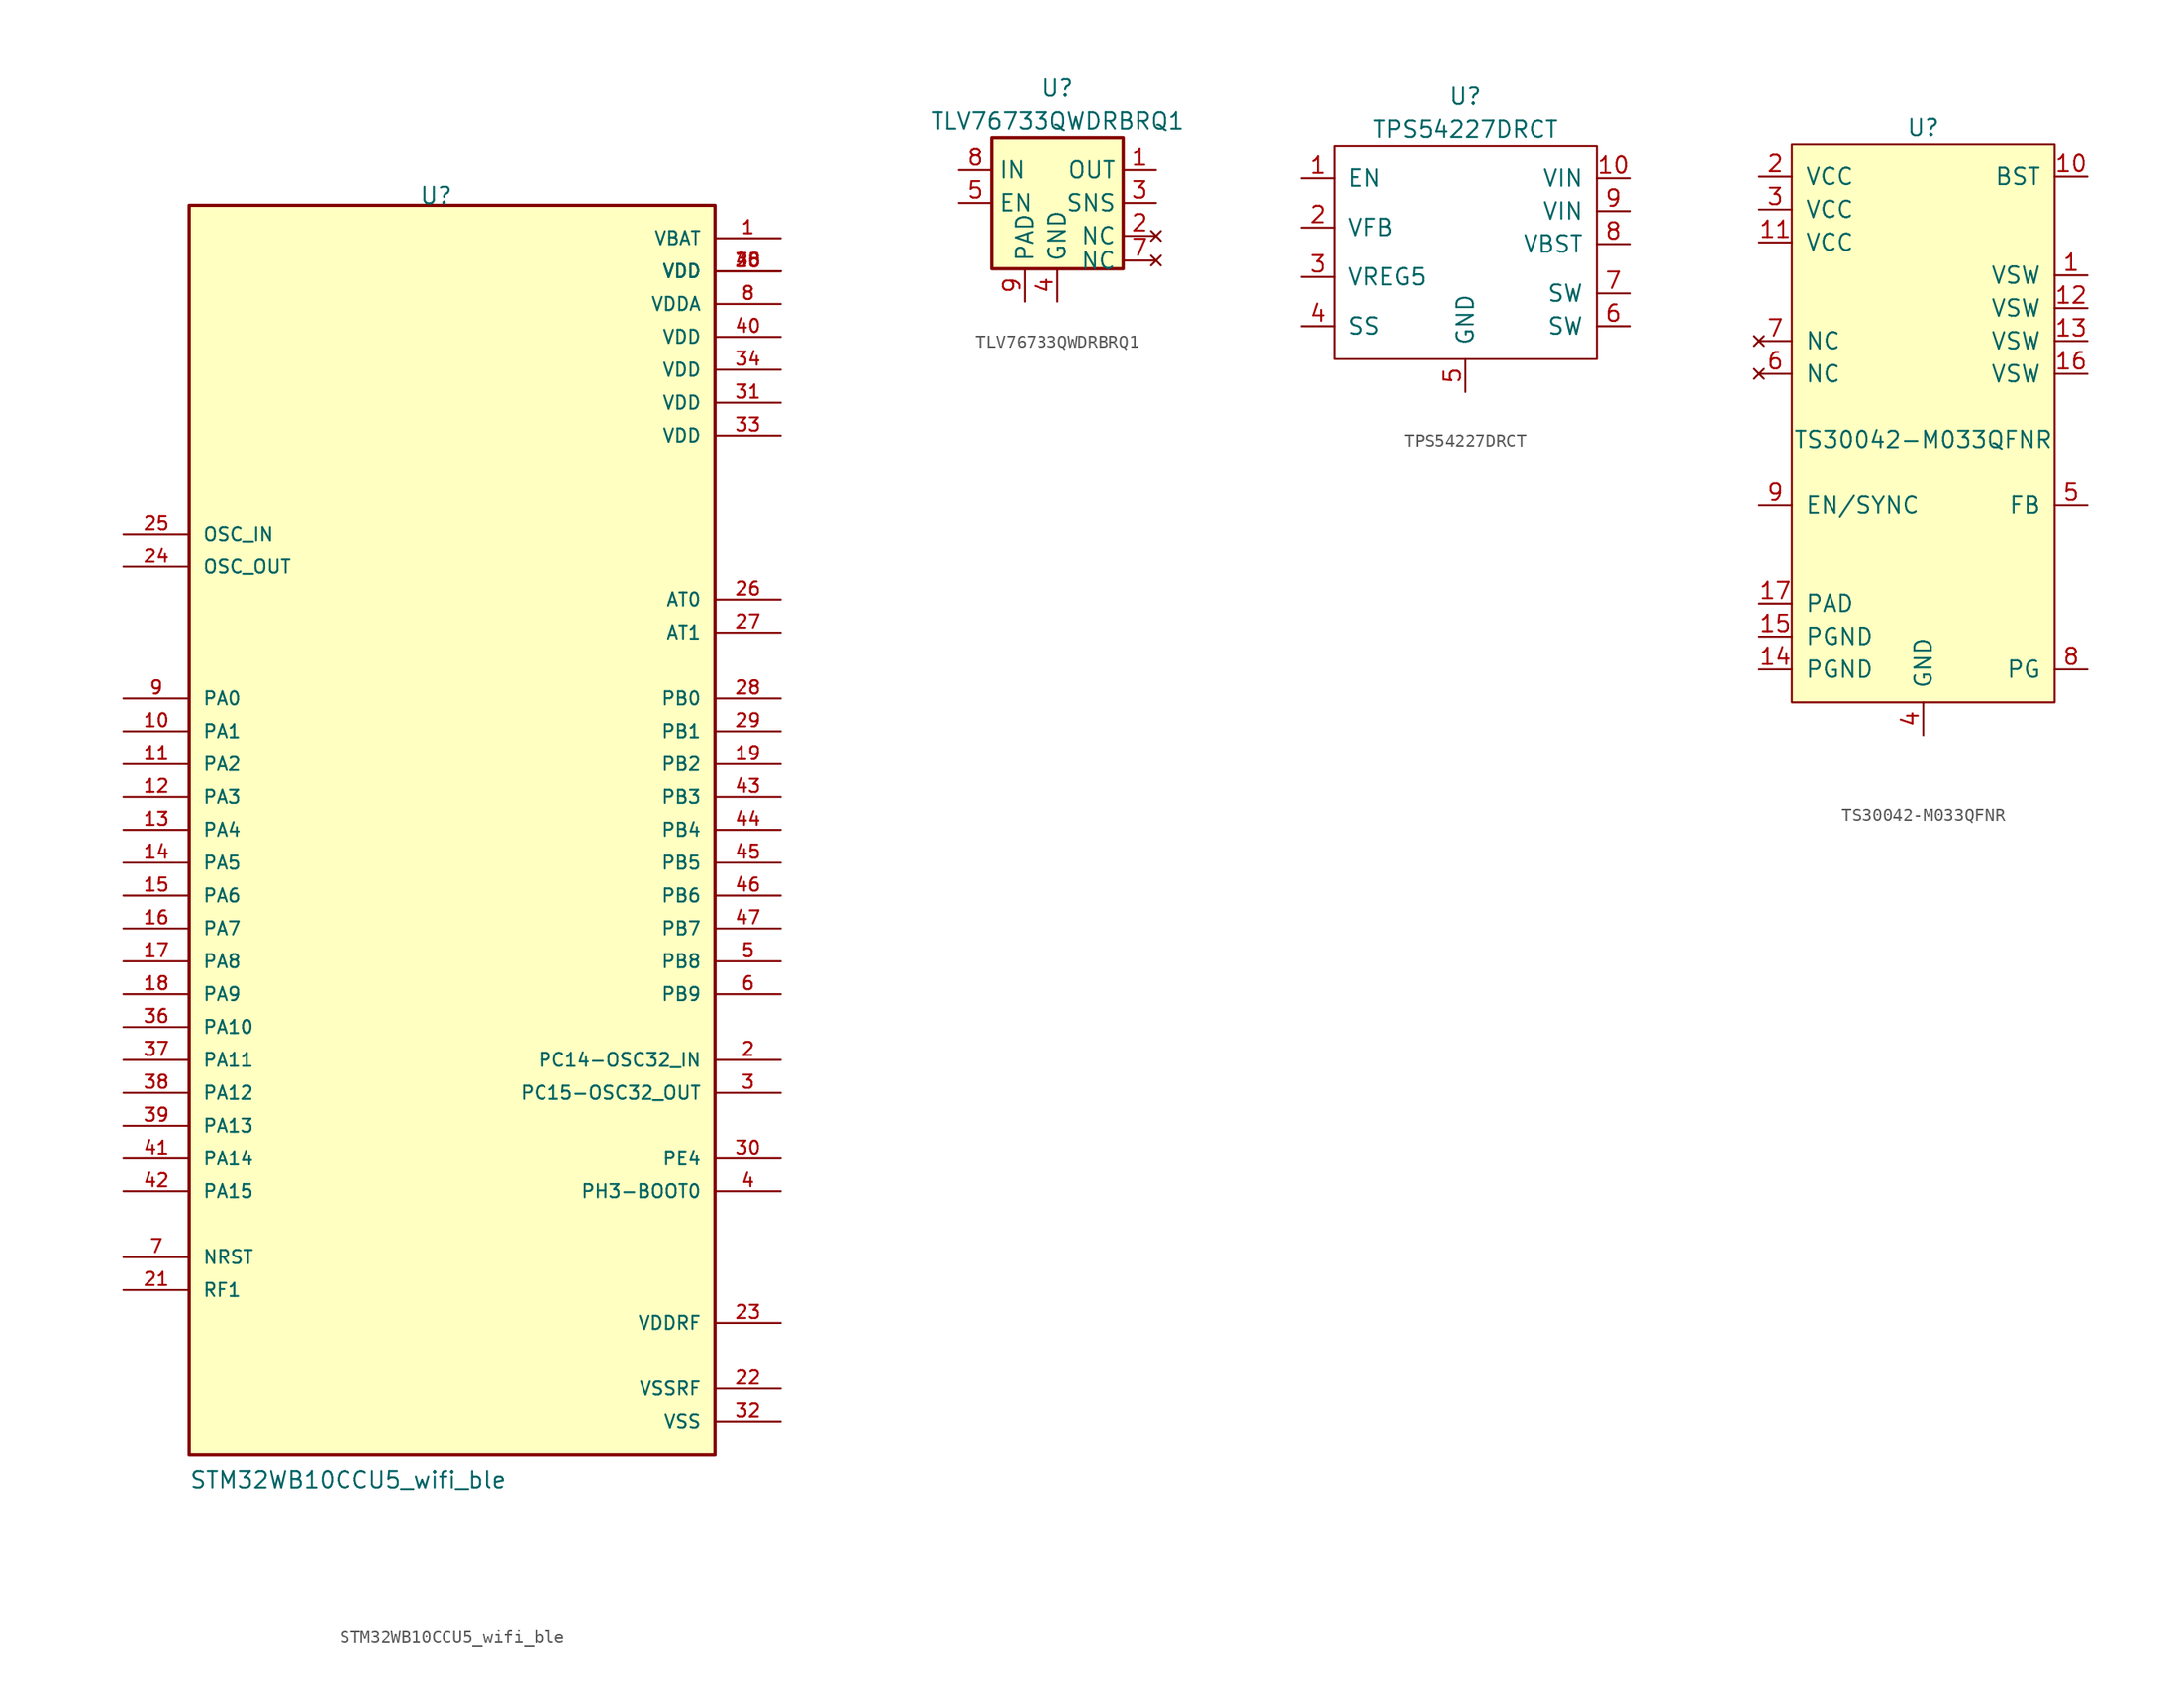
<source format=kicad_sym>
(kicad_symbol_lib
  (version 20220914)
  (generator kicad_symbol_editor)
  (symbol "STM32WB10CCU5_wifi_ble"
    (pin_names
      (offset 1.016))
    (property "Reference" "U"
      (at -2.54 48.26 0)
      (effects (font (size 1.27 1.27)) (justify left bottom)))
    (property "Value" "STM32WB10CCU5_wifi_ble"
      (at -20.32 -49.53 0)
      (effects (font (size 1.27 1.27)) (justify left top)))
    (symbol "STM32WB10CCU5_wifi_ble_0_0"
      (rectangle (start -20.32 -48.26) (end 20.32 48.26) (stroke (width 0.254) (type default)) (fill (type background)))
      (pin power_in line (at 25.4 45.72 180) (length 5.08) (name "VBAT" (effects (font (size 1.016 1.016)))) (number "1" (effects (font (size 1.016 1.016)))))
      (pin bidirectional line (at -25.4 7.62 0) (length 5.08) (name "PA1" (effects (font (size 1.016 1.016)))) (number "10" (effects (font (size 1.016 1.016)))))
      (pin bidirectional line (at -25.4 5.08 0) (length 5.08) (name "PA2" (effects (font (size 1.016 1.016)))) (number "11" (effects (font (size 1.016 1.016)))))
      (pin bidirectional line (at -25.4 2.54 0) (length 5.08) (name "PA3" (effects (font (size 1.016 1.016)))) (number "12" (effects (font (size 1.016 1.016)))))
      (pin bidirectional line (at -25.4 0 0) (length 5.08) (name "PA4" (effects (font (size 1.016 1.016)))) (number "13" (effects (font (size 1.016 1.016)))))
      (pin bidirectional line (at -25.4 -2.54 0) (length 5.08) (name "PA5" (effects (font (size 1.016 1.016)))) (number "14" (effects (font (size 1.016 1.016)))))
      (pin bidirectional line (at -25.4 -5.08 0) (length 5.08) (name "PA6" (effects (font (size 1.016 1.016)))) (number "15" (effects (font (size 1.016 1.016)))))
      (pin bidirectional line (at -25.4 -7.62 0) (length 5.08) (name "PA7" (effects (font (size 1.016 1.016)))) (number "16" (effects (font (size 1.016 1.016)))))
      (pin bidirectional line (at -25.4 -10.16 0) (length 5.08) (name "PA8" (effects (font (size 1.016 1.016)))) (number "17" (effects (font (size 1.016 1.016)))))
      (pin bidirectional line (at -25.4 -12.7 0) (length 5.08) (name "PA9" (effects (font (size 1.016 1.016)))) (number "18" (effects (font (size 1.016 1.016)))))
      (pin bidirectional line (at 25.4 5.08 180) (length 5.08) (name "PB2" (effects (font (size 1.016 1.016)))) (number "19" (effects (font (size 1.016 1.016)))))
      (pin bidirectional line (at 25.4 -17.78 180) (length 5.08) (name "PC14-OSC32_IN" (effects (font (size 1.016 1.016)))) (number "2" (effects (font (size 1.016 1.016)))))
      (pin power_in line (at 25.4 43.18 180) (length 5.08) (name "VDD" (effects (font (size 1.016 1.016)))) (number "20" (effects (font (size 1.016 1.016)))))
      (pin bidirectional line (at -25.4 -35.56 0) (length 5.08) (name "RF1" (effects (font (size 1.016 1.016)))) (number "21" (effects (font (size 1.016 1.016)))))
      (pin power_in line (at 25.4 -43.18 180) (length 5.08) (name "VSSRF" (effects (font (size 1.016 1.016)))) (number "22" (effects (font (size 1.016 1.016)))))
      (pin power_in line (at 25.4 -38.1 180) (length 5.08) (name "VDDRF" (effects (font (size 1.016 1.016)))) (number "23" (effects (font (size 1.016 1.016)))))
      (pin output line (at -25.4 20.32 0) (length 5.08) (name "OSC_OUT" (effects (font (size 1.016 1.016)))) (number "24" (effects (font (size 1.016 1.016)))))
      (pin input line (at -25.4 22.86 0) (length 5.08) (name "OSC_IN" (effects (font (size 1.016 1.016)))) (number "25" (effects (font (size 1.016 1.016)))))
      (pin output line (at 25.4 17.78 180) (length 5.08) (name "AT0" (effects (font (size 1.016 1.016)))) (number "26" (effects (font (size 1.016 1.016)))))
      (pin output line (at 25.4 15.24 180) (length 5.08) (name "AT1" (effects (font (size 1.016 1.016)))) (number "27" (effects (font (size 1.016 1.016)))))
      (pin bidirectional line (at 25.4 10.16 180) (length 5.08) (name "PB0" (effects (font (size 1.016 1.016)))) (number "28" (effects (font (size 1.016 1.016)))))
      (pin bidirectional line (at 25.4 7.62 180) (length 5.08) (name "PB1" (effects (font (size 1.016 1.016)))) (number "29" (effects (font (size 1.016 1.016)))))
      (pin bidirectional line (at 25.4 -20.32 180) (length 5.08) (name "PC15-OSC32_OUT" (effects (font (size 1.016 1.016)))) (number "3" (effects (font (size 1.016 1.016)))))
      (pin bidirectional line (at 25.4 -25.4 180) (length 5.08) (name "PE4" (effects (font (size 1.016 1.016)))) (number "30" (effects (font (size 1.016 1.016)))))
      (pin power_in line (at 25.4 33.02 180) (length 5.08) (name "VDD" (effects (font (size 1.016 1.016)))) (number "31" (effects (font (size 1.016 1.016)))))
      (pin power_in line (at 25.4 -45.72 180) (length 5.08) (name "VSS" (effects (font (size 1.016 1.016)))) (number "32" (effects (font (size 1.016 1.016)))))
      (pin power_in line (at 25.4 30.48 180) (length 5.08) (name "VDD" (effects (font (size 1.016 1.016)))) (number "33" (effects (font (size 1.016 1.016)))))
      (pin power_in line (at 25.4 35.56 180) (length 5.08) (name "VDD" (effects (font (size 1.016 1.016)))) (number "34" (effects (font (size 1.016 1.016)))))
      (pin power_in line (at 25.4 43.18 180) (length 5.08) (name "VDD" (effects (font (size 1.016 1.016)))) (number "35" (effects (font (size 1.016 1.016)))))
      (pin bidirectional line (at -25.4 -15.24 0) (length 5.08) (name "PA10" (effects (font (size 1.016 1.016)))) (number "36" (effects (font (size 1.016 1.016)))))
      (pin bidirectional line (at -25.4 -17.78 0) (length 5.08) (name "PA11" (effects (font (size 1.016 1.016)))) (number "37" (effects (font (size 1.016 1.016)))))
      (pin bidirectional line (at -25.4 -20.32 0) (length 5.08) (name "PA12" (effects (font (size 1.016 1.016)))) (number "38" (effects (font (size 1.016 1.016)))))
      (pin bidirectional line (at -25.4 -22.86 0) (length 5.08) (name "PA13" (effects (font (size 1.016 1.016)))) (number "39" (effects (font (size 1.016 1.016)))))
      (pin bidirectional line (at 25.4 -27.94 180) (length 5.08) (name "PH3-BOOT0" (effects (font (size 1.016 1.016)))) (number "4" (effects (font (size 1.016 1.016)))))
      (pin power_in line (at 25.4 38.1 180) (length 5.08) (name "VDD" (effects (font (size 1.016 1.016)))) (number "40" (effects (font (size 1.016 1.016)))))
      (pin bidirectional line (at -25.4 -25.4 0) (length 5.08) (name "PA14" (effects (font (size 1.016 1.016)))) (number "41" (effects (font (size 1.016 1.016)))))
      (pin bidirectional line (at -25.4 -27.94 0) (length 5.08) (name "PA15" (effects (font (size 1.016 1.016)))) (number "42" (effects (font (size 1.016 1.016)))))
      (pin bidirectional line (at 25.4 2.54 180) (length 5.08) (name "PB3" (effects (font (size 1.016 1.016)))) (number "43" (effects (font (size 1.016 1.016)))))
      (pin bidirectional line (at 25.4 0 180) (length 5.08) (name "PB4" (effects (font (size 1.016 1.016)))) (number "44" (effects (font (size 1.016 1.016)))))
      (pin bidirectional line (at 25.4 -2.54 180) (length 5.08) (name "PB5" (effects (font (size 1.016 1.016)))) (number "45" (effects (font (size 1.016 1.016)))))
      (pin bidirectional line (at 25.4 -5.08 180) (length 5.08) (name "PB6" (effects (font (size 1.016 1.016)))) (number "46" (effects (font (size 1.016 1.016)))))
      (pin bidirectional line (at 25.4 -7.62 180) (length 5.08) (name "PB7" (effects (font (size 1.016 1.016)))) (number "47" (effects (font (size 1.016 1.016)))))
      (pin power_in line (at 25.4 43.18 180) (length 5.08) (name "VDD" (effects (font (size 1.016 1.016)))) (number "48" (effects (font (size 1.016 1.016)))))
      (pin bidirectional line (at 25.4 -10.16 180) (length 5.08) (name "PB8" (effects (font (size 1.016 1.016)))) (number "5" (effects (font (size 1.016 1.016)))))
      (pin bidirectional line (at 25.4 -12.7 180) (length 5.08) (name "PB9" (effects (font (size 1.016 1.016)))) (number "6" (effects (font (size 1.016 1.016)))))
      (pin bidirectional line (at -25.4 -33.02 0) (length 5.08) (name "NRST" (effects (font (size 1.016 1.016)))) (number "7" (effects (font (size 1.016 1.016)))))
      (pin power_in line (at 25.4 40.64 180) (length 5.08) (name "VDDA" (effects (font (size 1.016 1.016)))) (number "8" (effects (font (size 1.016 1.016)))))
      (pin bidirectional line (at -25.4 10.16 0) (length 5.08) (name "PA0" (effects (font (size 1.016 1.016)))) (number "9" (effects (font (size 1.016 1.016)))))))
  (symbol "TLV76733QWDRBRQ1"
    (property "Reference" "U"
      (at 0 8.89 0)
      (effects (font (size 1.27 1.27))))
    (property "Value" "TLV76733QWDRBRQ1"
      (at 0 6.35 0)
      (effects (font (size 1.27 1.27))))
    (symbol "TLV76733QWDRBRQ1_0_1"
      (rectangle (start -5.08 -5.08) (end 5.08 5.08) (stroke (width 0.254) (type default)) (fill (type background))))
    (symbol "TLV76733QWDRBRQ1_1_1"
      (pin power_out line (at 7.62 2.54 180) (length 2.54) (name "OUT" (effects (font (size 1.27 1.27)))) (number "1" (effects (font (size 1.27 1.27)))))
      (pin no_connect line (at 7.62 -2.54 180) (length 2.54) (name "NC" (effects (font (size 1.27 1.27)))) (number "2" (effects (font (size 1.27 1.27)))))
      (pin input line (at 7.62 0 180) (length 2.54) (name "SNS" (effects (font (size 1.27 1.27)))) (number "3" (effects (font (size 1.27 1.27)))))
      (pin power_in line (at 0 -7.62 90) (length 2.54) (name "GND" (effects (font (size 1.27 1.27)))) (number "4" (effects (font (size 1.27 1.27)))))
      (pin input line (at -7.62 0 0) (length 2.54) (name "EN" (effects (font (size 1.27 1.27)))) (number "5" (effects (font (size 1.27 1.27)))))
      (pin power_in line (at 0 -7.62 90) (length 2.54) hide (name "GND" (effects (font (size 1.27 1.27)))) (number "6" (effects (font (size 1.27 1.27)))))
      (pin no_connect line (at 7.62 -4.445 180) (length 2.54) (name "NC" (effects (font (size 1.27 1.27)))) (number "7" (effects (font (size 1.27 1.27)))))
      (pin power_in line (at -7.62 2.54 0) (length 2.54) (name "IN" (effects (font (size 1.27 1.27)))) (number "8" (effects (font (size 1.27 1.27)))))
      (pin passive line (at -2.54 -7.62 90) (length 2.54) (name "PAD" (effects (font (size 1.27 1.27)))) (number "9" (effects (font (size 1.27 1.27)))))))
  (symbol "TPS54227DRCT"
    (pin_names
      (offset 1.016))
    (property "Reference" "U"
      (at 0 11.43 0)
      (effects (font (size 1.27 1.27))))
    (property "Value" "TPS54227DRCT"
      (at 0 8.89 0)
      (effects (font (size 1.27 1.27))))
    (symbol "TPS54227DRCT_0_0"
      (pin power_in line (at 12.7 5.08 180) (length 2.54) (name "VIN" (effects (font (size 1.27 1.27)))) (number "10" (effects (font (size 1.27 1.27))))))
    (symbol "TPS54227DRCT_0_1"
      (rectangle (start -10.16 -8.89) (end 10.16 7.62) (stroke (width 0) (type default)) (fill (type none))))
    (symbol "TPS54227DRCT_1_1"
      (pin input line (at -12.7 5.08 0) (length 2.54) (name "EN" (effects (font (size 1.27 1.27)))) (number "1" (effects (font (size 1.27 1.27)))))
      (pin input line (at -12.7 1.27 0) (length 2.54) (name "VFB" (effects (font (size 1.27 1.27)))) (number "2" (effects (font (size 1.27 1.27)))))
      (pin output line (at -12.7 -2.54 0) (length 2.54) (name "VREG5" (effects (font (size 1.27 1.27)))) (number "3" (effects (font (size 1.27 1.27)))))
      (pin output line (at -12.7 -6.35 0) (length 2.54) (name "SS" (effects (font (size 1.27 1.27)))) (number "4" (effects (font (size 1.27 1.27)))))
      (pin power_in line (at 0 -11.43 90) (length 2.54) (name "GND" (effects (font (size 1.27 1.27)))) (number "5" (effects (font (size 1.27 1.27)))))
      (pin output line (at 12.7 -6.35 180) (length 2.54) (name "SW" (effects (font (size 1.27 1.27)))) (number "6" (effects (font (size 1.27 1.27)))))
      (pin output line (at 12.7 -3.81 180) (length 2.54) (name "SW" (effects (font (size 1.27 1.27)))) (number "7" (effects (font (size 1.27 1.27)))))
      (pin input line (at 12.7 0 180) (length 2.54) (name "VBST" (effects (font (size 1.27 1.27)))) (number "8" (effects (font (size 1.27 1.27)))))
      (pin power_in line (at 12.7 2.54 180) (length 2.54) (name "VIN" (effects (font (size 1.27 1.27)))) (number "9" (effects (font (size 1.27 1.27)))))))
  (symbol "TS30042-M033QFNR"
    (pin_names
      (offset 1.016))
    (property "Reference" "U"
      (at 0 22.86 0)
      (effects (font (size 1.27 1.27))))
    (property "Value" "TS30042-M033QFNR"
      (at 0 -1.27 0)
      (effects (font (size 1.27 1.27))))
    (symbol "TS30042-M033QFNR_0_1"
      (rectangle (start -10.16 21.59) (end 10.16 -21.59) (stroke (width 0) (type default)) (fill (type background))))
    (symbol "TS30042-M033QFNR_1_1"
      (pin passive line (at 12.7 11.43 180) (length 2.54) (name "VSW" (effects (font (size 1.27 1.27)))) (number "1" (effects (font (size 1.27 1.27)))))
      (pin passive line (at 12.7 19.05 180) (length 2.54) (name "BST" (effects (font (size 1.27 1.27)))) (number "10" (effects (font (size 1.27 1.27)))))
      (pin power_in line (at -12.7 13.97 0) (length 2.54) (name "VCC" (effects (font (size 1.27 1.27)))) (number "11" (effects (font (size 1.27 1.27)))))
      (pin passive line (at 12.7 8.89 180) (length 2.54) (name "VSW" (effects (font (size 1.27 1.27)))) (number "12" (effects (font (size 1.27 1.27)))))
      (pin passive line (at 12.7 6.35 180) (length 2.54) (name "VSW" (effects (font (size 1.27 1.27)))) (number "13" (effects (font (size 1.27 1.27)))))
      (pin power_in line (at -12.7 -19.05 0) (length 2.54) (name "PGND" (effects (font (size 1.27 1.27)))) (number "14" (effects (font (size 1.27 1.27)))))
      (pin power_in line (at -12.7 -16.51 0) (length 2.54) (name "PGND" (effects (font (size 1.27 1.27)))) (number "15" (effects (font (size 1.27 1.27)))))
      (pin passive line (at 12.7 3.81 180) (length 2.54) (name "VSW" (effects (font (size 1.27 1.27)))) (number "16" (effects (font (size 1.27 1.27)))))
      (pin passive line (at -12.7 -13.97 0) (length 2.54) (name "PAD" (effects (font (size 1.27 1.27)))) (number "17" (effects (font (size 1.27 1.27)))))
      (pin power_in line (at -12.7 19.05 0) (length 2.54) (name "VCC" (effects (font (size 1.27 1.27)))) (number "2" (effects (font (size 1.27 1.27)))))
      (pin power_in line (at -12.7 16.51 0) (length 2.54) (name "VCC" (effects (font (size 1.27 1.27)))) (number "3" (effects (font (size 1.27 1.27)))))
      (pin power_in line (at 0 -24.13 90) (length 2.54) (name "GND" (effects (font (size 1.27 1.27)))) (number "4" (effects (font (size 1.27 1.27)))))
      (pin input line (at 12.7 -6.35 180) (length 2.54) (name "FB" (effects (font (size 1.27 1.27)))) (number "5" (effects (font (size 1.27 1.27)))))
      (pin no_connect line (at -12.7 3.81 0) (length 2.54) (name "NC" (effects (font (size 1.27 1.27)))) (number "6" (effects (font (size 1.27 1.27)))))
      (pin no_connect line (at -12.7 6.35 0) (length 2.54) (name "NC" (effects (font (size 1.27 1.27)))) (number "7" (effects (font (size 1.27 1.27)))))
      (pin output line (at 12.7 -19.05 180) (length 2.54) (name "PG" (effects (font (size 1.27 1.27)))) (number "8" (effects (font (size 1.27 1.27)))))
      (pin input line (at -12.7 -6.35 0) (length 2.54) (name "EN/SYNC" (effects (font (size 1.27 1.27)))) (number "9" (effects (font (size 1.27 1.27))))))))
</source>
